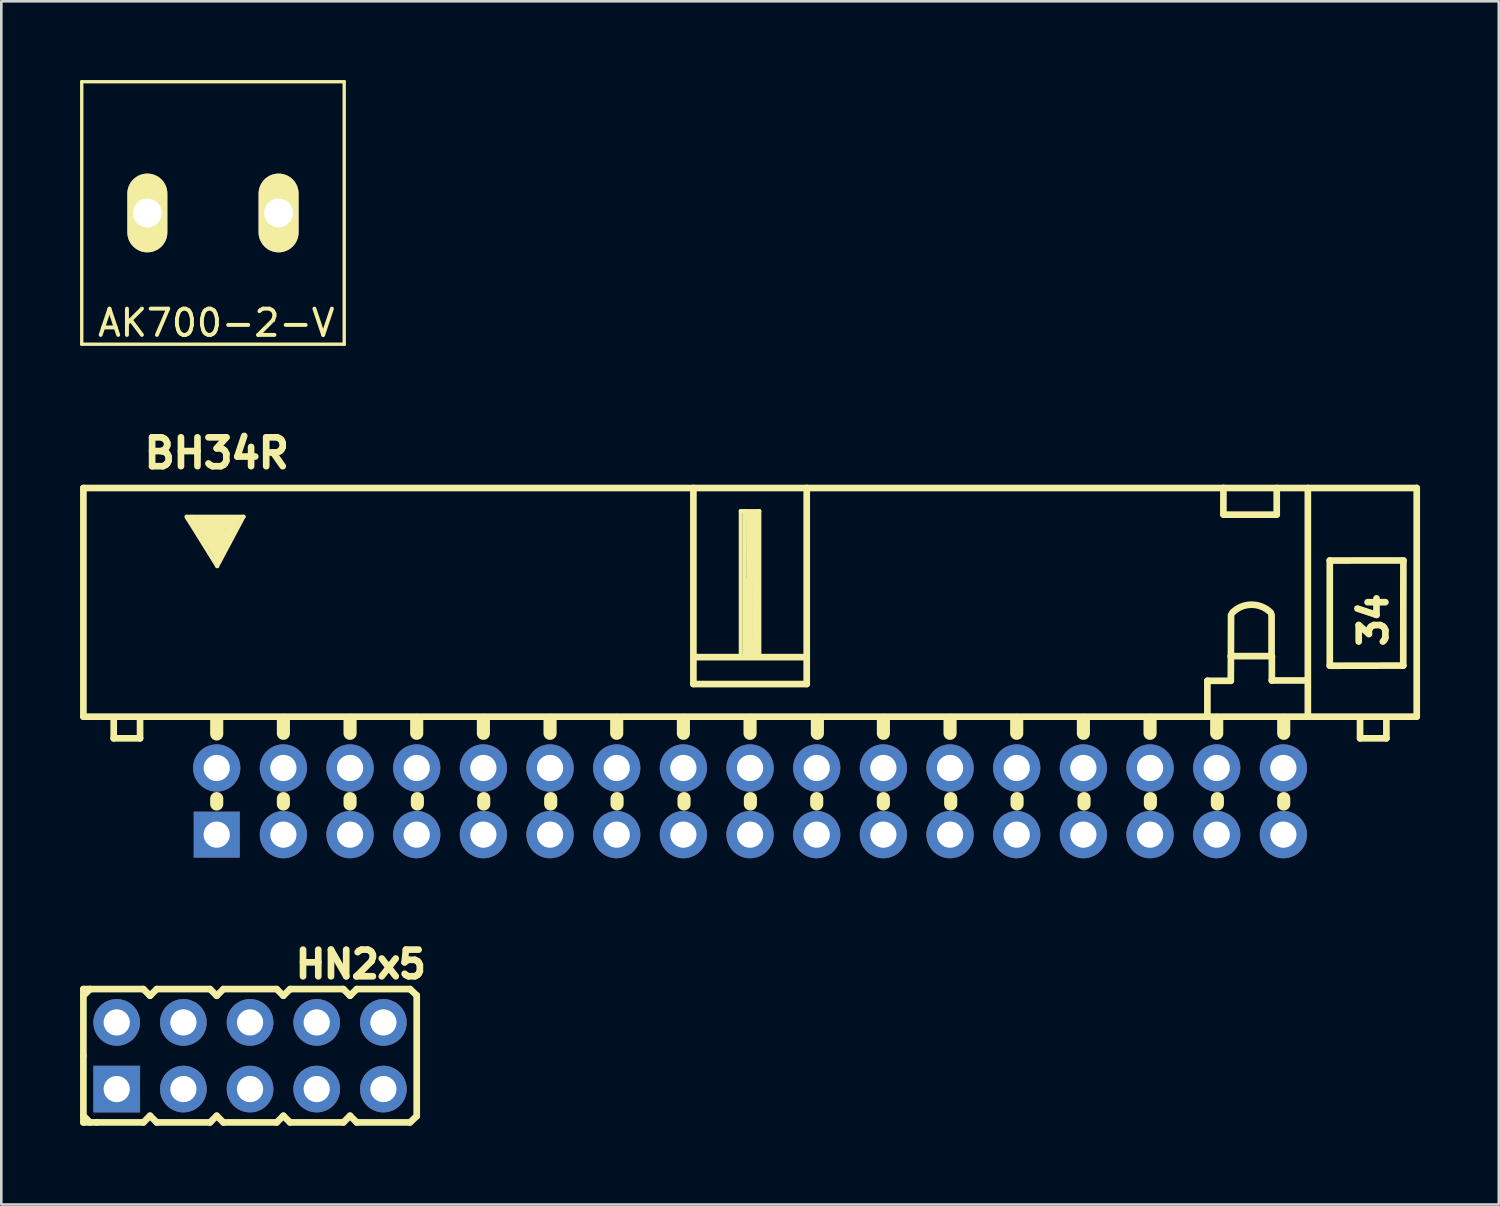
<source format=kicad_pcb>
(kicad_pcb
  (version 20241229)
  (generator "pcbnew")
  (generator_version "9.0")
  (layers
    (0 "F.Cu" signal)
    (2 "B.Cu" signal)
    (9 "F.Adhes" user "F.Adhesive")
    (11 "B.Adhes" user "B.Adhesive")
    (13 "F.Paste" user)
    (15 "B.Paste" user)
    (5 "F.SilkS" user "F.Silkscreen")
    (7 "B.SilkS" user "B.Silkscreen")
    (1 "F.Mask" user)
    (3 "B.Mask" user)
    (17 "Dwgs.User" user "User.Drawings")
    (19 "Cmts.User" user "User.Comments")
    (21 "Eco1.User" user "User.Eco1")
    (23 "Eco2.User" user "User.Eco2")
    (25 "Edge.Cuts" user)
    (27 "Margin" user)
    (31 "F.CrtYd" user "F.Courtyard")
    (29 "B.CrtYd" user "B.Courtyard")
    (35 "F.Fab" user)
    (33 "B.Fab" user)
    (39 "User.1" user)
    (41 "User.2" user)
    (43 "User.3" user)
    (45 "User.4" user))
  (footprint "AK700-2-V"
    (layer "F.Cu")
    (at 5.064 5.064)
    (property "Reference" "AK700-2-V" (at 0.127 4.191 0) (layer "F.SilkS") (effects (font (size 1 1) (thickness 0.15))))
    (attr smd)
    (fp_line (start -5 -5) (end 5 -5) (stroke (width 0.127) (type solid)) (layer "F.SilkS"))
    (fp_line (start -5 5) (end -5 -5) (stroke (width 0.127) (type solid)) (layer "F.SilkS"))
    (fp_line (start 5 -5) (end 5 5) (stroke (width 0.127) (type solid)) (layer "F.SilkS"))
    (fp_line (start 5 5) (end -5 5) (stroke (width 0.127) (type solid)) (layer "F.SilkS"))
    (pad "1" thru_hole oval (at -2.5 0 90) (size 3 1.524) (drill 1.1) (layers "*.Cu" "*.Mask" "F.SilkS"))
    (pad "2" thru_hole oval (at 2.5 0 90) (size 3 1.524) (drill 1.1) (layers "*.Cu" "*.Mask" "F.SilkS")))
  (footprint "HN2x5"
    (layer "F.Cu")
    (at 6.477 37.174)
    (property "Reference" "HN2x5" (at 4.22 -3.484 0) (layer "F.SilkS") (effects (font (size 1.016 1.016) (thickness 0.254))))
    (attr smd)
    (fp_line (start -6.35 -2.54) (end -6.35 0) (stroke (width 0.254) (type solid)) (layer "F.SilkS"))
    (fp_line (start -6.35 -2.54) (end -6.096 -2.54) (stroke (width 0.254) (type solid)) (layer "F.SilkS"))
    (fp_line (start -6.35 -2.286) (end -6.096 -2.54) (stroke (width 0.254) (type solid)) (layer "F.SilkS"))
    (fp_line (start -6.35 0) (end -6.35 2.54) (stroke (width 0.254) (type solid)) (layer "F.SilkS"))
    (fp_line (start -6.096 -2.54) (end -4.064 -2.54) (stroke (width 0.254) (type solid)) (layer "F.SilkS"))
    (fp_line (start -6.096 2.54) (end -6.35 2.286) (stroke (width 0.254) (type solid)) (layer "F.SilkS"))
    (fp_line (start -5.842 2.54) (end -6.35 2.54) (stroke (width 0.254) (type solid)) (layer "F.SilkS"))
    (fp_line (start -4.064 -2.54) (end -3.81 -2.286) (stroke (width 0.254) (type solid)) (layer "F.SilkS"))
    (fp_line (start -4.064 2.54) (end -5.842 2.54) (stroke (width 0.254) (type solid)) (layer "F.SilkS"))
    (fp_line (start -3.81 -2.286) (end -3.556 -2.54) (stroke (width 0.254) (type solid)) (layer "F.SilkS"))
    (fp_line (start -3.81 2.286) (end -4.064 2.54) (stroke (width 0.254) (type solid)) (layer "F.SilkS"))
    (fp_line (start -3.556 -2.54) (end -1.524 -2.54) (stroke (width 0.254) (type solid)) (layer "F.SilkS"))
    (fp_line (start -3.556 2.54) (end -3.81 2.286) (stroke (width 0.254) (type solid)) (layer "F.SilkS"))
    (fp_line (start -1.524 -2.54) (end -1.27 -2.286) (stroke (width 0.254) (type solid)) (layer "F.SilkS"))
    (fp_line (start -1.524 2.54) (end -3.556 2.54) (stroke (width 0.254) (type solid)) (layer "F.SilkS"))
    (fp_line (start -1.524 2.54) (end -1.27 2.286) (stroke (width 0.254) (type solid)) (layer "F.SilkS"))
    (fp_line (start -1.27 -2.286) (end -1.016 -2.54) (stroke (width 0.254) (type solid)) (layer "F.SilkS"))
    (fp_line (start -1.27 2.286) (end -1.016 2.54) (stroke (width 0.254) (type solid)) (layer "F.SilkS"))
    (fp_line (start -1.016 -2.54) (end 1.016 -2.54) (stroke (width 0.254) (type solid)) (layer "F.SilkS"))
    (fp_line (start 1.016 -2.54) (end 1.27 -2.286) (stroke (width 0.254) (type solid)) (layer "F.SilkS"))
    (fp_line (start 1.016 2.54) (end -1.016 2.54) (stroke (width 0.254) (type solid)) (layer "F.SilkS"))
    (fp_line (start 1.27 -2.286) (end 1.524 -2.54) (stroke (width 0.254) (type solid)) (layer "F.SilkS"))
    (fp_line (start 1.27 2.286) (end 1.016 2.54) (stroke (width 0.254) (type solid)) (layer "F.SilkS"))
    (fp_line (start 1.524 -2.54) (end 3.556 -2.54) (stroke (width 0.254) (type solid)) (layer "F.SilkS"))
    (fp_line (start 1.524 2.54) (end 1.27 2.286) (stroke (width 0.254) (type solid)) (layer "F.SilkS"))
    (fp_line (start 3.556 -2.54) (end 3.81 -2.286) (stroke (width 0.254) (type solid)) (layer "F.SilkS"))
    (fp_line (start 3.556 2.54) (end 1.524 2.54) (stroke (width 0.254) (type solid)) (layer "F.SilkS"))
    (fp_line (start 3.81 -2.286) (end 4.064 -2.54) (stroke (width 0.254) (type solid)) (layer "F.SilkS"))
    (fp_line (start 3.81 2.286) (end 3.556 2.54) (stroke (width 0.254) (type solid)) (layer "F.SilkS"))
    (fp_line (start 4.064 -2.54) (end 6.096 -2.54) (stroke (width 0.254) (type solid)) (layer "F.SilkS"))
    (fp_line (start 4.064 2.54) (end 3.81 2.286) (stroke (width 0.254) (type solid)) (layer "F.SilkS"))
    (fp_line (start 6.096 -2.54) (end 6.35 -2.3) (stroke (width 0.254) (type solid)) (layer "F.SilkS"))
    (fp_line (start 6.096 2.54) (end 4.064 2.54) (stroke (width 0.254) (type solid)) (layer "F.SilkS"))
    (fp_line (start 6.35 -2.3) (end 6.35 2.3) (stroke (width 0.254) (type solid)) (layer "F.SilkS"))
    (fp_line (start 6.35 2.3) (end 6.096 2.54) (stroke (width 0.254) (type solid)) (layer "F.SilkS"))
    (pad "1" thru_hole rect (at -5.08 1.27) (size 1.778 1.778) (drill 1) (layers "*.Cu" "*.Mask"))
    (pad "2" thru_hole circle (at -5.08 -1.27) (size 1.778 1.778) (drill 1) (layers "*.Cu" "*.Mask"))
    (pad "3" thru_hole circle (at -2.54 1.27) (size 1.778 1.778) (drill 1) (layers "*.Cu" "*.Mask"))
    (pad "4" thru_hole circle (at -2.54 -1.27) (size 1.778 1.778) (drill 1) (layers "*.Cu" "*.Mask"))
    (pad "5" thru_hole circle (at 0 1.27) (size 1.778 1.778) (drill 1) (layers "*.Cu" "*.Mask"))
    (pad "6" thru_hole circle (at 0 -1.27) (size 1.778 1.778) (drill 1) (layers "*.Cu" "*.Mask"))
    (pad "7" thru_hole circle (at 2.54 1.27) (size 1.778 1.778) (drill 1) (layers "*.Cu" "*.Mask"))
    (pad "8" thru_hole circle (at 2.54 -1.27) (size 1.778 1.778) (drill 1) (layers "*.Cu" "*.Mask"))
    (pad "9" thru_hole circle (at 5.08 1.27) (size 1.778 1.778) (drill 1) (layers "*.Cu" "*.Mask"))
    (pad "10" thru_hole circle (at 5.08 -1.27) (size 1.778 1.778) (drill 1) (layers "*.Cu" "*.Mask")))
  (footprint "BH34R"
    (layer "F.Cu")
    (at 25.527 27.48)
    (property "Reference" "BH34R" (at -20.32 -13.264 0) (layer "F.SilkS") (effects (font (size 1.1 1.1) (thickness 0.254))))
    (attr smd)
    (fp_line (start -25.4 -11.938) (end 25.4 -11.938) (stroke (width 0.254) (type solid)) (layer "F.SilkS"))
    (fp_line (start -25.4 -3.226) (end -25.4 -11.938) (stroke (width 0.254) (type solid)) (layer "F.SilkS"))
    (fp_line (start -25.4 -3.226) (end 25.4 -3.226) (stroke (width 0.254) (type solid)) (layer "F.SilkS"))
    (fp_line (start -24.244 -3.061) (end -24.244 -2.4) (stroke (width 0.254) (type solid)) (layer "F.SilkS"))
    (fp_line (start -24.244 -2.4) (end -23.241 -2.4) (stroke (width 0.254) (type solid)) (layer "F.SilkS"))
    (fp_line (start -23.241 -2.4) (end -23.241 -3.073) (stroke (width 0.254) (type solid)) (layer "F.SilkS"))
    (fp_line (start -21.43 -10.77) (end -21.476 -10.846) (stroke (width 0.15) (type solid)) (layer "F.SilkS"))
    (fp_line (start -21.293 -10.846) (end -19.296 -10.846) (stroke (width 0.15) (type solid)) (layer "F.SilkS"))
    (fp_line (start -21.278 -10.762) (end -20.302 -9.215) (stroke (width 0.15) (type solid)) (layer "F.SilkS"))
    (fp_line (start -21.257 -10.841) (end -21.45 -10.846) (stroke (width 0.15) (type solid)) (layer "F.SilkS"))
    (fp_line (start -21.148 -10.77) (end -20.317 -9.428) (stroke (width 0.15) (type solid)) (layer "F.SilkS"))
    (fp_line (start -21.018 -10.671) (end -20.317 -9.642) (stroke (width 0.15) (type solid)) (layer "F.SilkS"))
    (fp_line (start -20.805 -10.564) (end -20.279 -9.817) (stroke (width 0.15) (type solid)) (layer "F.SilkS"))
    (fp_line (start -20.577 -10.472) (end -20.287 -10.03) (stroke (width 0.15) (type solid)) (layer "F.SilkS"))
    (fp_line (start -20.559 -10.351) (end -20.881 -10.615) (stroke (width 0.15) (type solid)) (layer "F.SilkS"))
    (fp_line (start -20.424 -10.434) (end -20.249 -10.328) (stroke (width 0.15) (type solid)) (layer "F.SilkS"))
    (fp_line (start -20.356 -10.259) (end -20.348 -10.251) (stroke (width 0.15) (type solid)) (layer "F.SilkS"))
    (fp_line (start -20.32 -3.061) (end -20.32 -2.565) (stroke (width 0.5) (type solid)) (layer "F.SilkS"))
    (fp_line (start -20.32 -0.102) (end -20.32 0.102) (stroke (width 0.5) (type solid)) (layer "F.SilkS"))
    (fp_line (start -20.317 -9.642) (end -19.776 -10.617) (stroke (width 0.15) (type solid)) (layer "F.SilkS"))
    (fp_line (start -20.317 -9.428) (end -19.647 -10.686) (stroke (width 0.15) (type solid)) (layer "F.SilkS"))
    (fp_line (start -20.302 -9.215) (end -19.487 -10.762) (stroke (width 0.15) (type solid)) (layer "F.SilkS"))
    (fp_line (start -20.302 -8.956) (end -21.43 -10.77) (stroke (width 0.15) (type solid)) (layer "F.SilkS"))
    (fp_line (start -20.287 -10.03) (end -20.142 -10.48) (stroke (width 0.15) (type solid)) (layer "F.SilkS"))
    (fp_line (start -20.279 -9.817) (end -19.99 -10.556) (stroke (width 0.15) (type solid)) (layer "F.SilkS"))
    (fp_line (start -20.249 -10.328) (end -20.356 -10.259) (stroke (width 0.15) (type solid)) (layer "F.SilkS"))
    (fp_line (start -20.241 -9.406) (end -20.302 -9.108) (stroke (width 0.15) (type solid)) (layer "F.SilkS"))
    (fp_line (start -20.142 -10.48) (end -20.424 -10.434) (stroke (width 0.15) (type solid)) (layer "F.SilkS"))
    (fp_line (start -19.99 -10.556) (end -20.577 -10.472) (stroke (width 0.15) (type solid)) (layer "F.SilkS"))
    (fp_line (start -19.845 -10.668) (end -19.952 -10.472) (stroke (width 0.15) (type solid)) (layer "F.SilkS"))
    (fp_line (start -19.776 -10.617) (end -20.805 -10.564) (stroke (width 0.15) (type solid)) (layer "F.SilkS"))
    (fp_line (start -19.647 -10.686) (end -21.018 -10.671) (stroke (width 0.15) (type solid)) (layer "F.SilkS"))
    (fp_line (start -19.487 -10.762) (end -21.148 -10.77) (stroke (width 0.15) (type solid)) (layer "F.SilkS"))
    (fp_line (start -19.296 -10.846) (end -20.302 -8.956) (stroke (width 0.15) (type solid)) (layer "F.SilkS"))
    (fp_line (start -17.78 -3.086) (end -17.78 -2.591) (stroke (width 0.5) (type solid)) (layer "F.SilkS"))
    (fp_line (start -17.78 -0.102) (end -17.78 0.102) (stroke (width 0.5) (type solid)) (layer "F.SilkS"))
    (fp_line (start -15.24 -3.086) (end -15.24 -2.591) (stroke (width 0.5) (type solid)) (layer "F.SilkS"))
    (fp_line (start -15.24 -0.102) (end -15.24 0.102) (stroke (width 0.5) (type solid)) (layer "F.SilkS"))
    (fp_line (start -12.7 -3.086) (end -12.7 -2.591) (stroke (width 0.5) (type solid)) (layer "F.SilkS"))
    (fp_line (start -12.675 -0.102) (end -12.675 0.102) (stroke (width 0.5) (type solid)) (layer "F.SilkS"))
    (fp_line (start -10.16 -3.086) (end -10.16 -2.591) (stroke (width 0.5) (type solid)) (layer "F.SilkS"))
    (fp_line (start -10.147 -0.102) (end -10.147 0.102) (stroke (width 0.5) (type solid)) (layer "F.SilkS"))
    (fp_line (start -7.62 -3.086) (end -7.62 -2.591) (stroke (width 0.5) (type solid)) (layer "F.SilkS"))
    (fp_line (start -7.595 -0.102) (end -7.595 0.102) (stroke (width 0.5) (type solid)) (layer "F.SilkS"))
    (fp_line (start -5.08 -3.086) (end -5.08 -2.591) (stroke (width 0.5) (type solid)) (layer "F.SilkS"))
    (fp_line (start -5.067 -0.102) (end -5.067 0.102) (stroke (width 0.5) (type solid)) (layer "F.SilkS"))
    (fp_line (start -2.54 -3.086) (end -2.54 -2.591) (stroke (width 0.5) (type solid)) (layer "F.SilkS"))
    (fp_line (start -2.515 -0.102) (end -2.515 0.102) (stroke (width 0.5) (type solid)) (layer "F.SilkS"))
    (fp_line (start -2.159 -4.47) (end -2.159 -11.938) (stroke (width 0.254) (type solid)) (layer "F.SilkS"))
    (fp_line (start -2.141 -5.494) (end 2.159 -5.494) (stroke (width 0.254) (type solid)) (layer "F.SilkS"))
    (fp_line (start -0.356 -11.059) (end 0.356 -11.059) (stroke (width 0.15) (type solid)) (layer "F.SilkS"))
    (fp_line (start -0.356 -5.502) (end -0.356 -11.059) (stroke (width 0.15) (type solid)) (layer "F.SilkS"))
    (fp_line (start -0.216 -11.059) (end -0.216 -5.588) (stroke (width 0.15) (type solid)) (layer "F.SilkS"))
    (fp_line (start -0.137 -5.596) (end 0.254 -5.598) (stroke (width 0.15) (type solid)) (layer "F.SilkS"))
    (fp_line (start -0.124 -6.37) (end -0.137 -5.596) (stroke (width 0.15) (type solid)) (layer "F.SilkS"))
    (fp_line (start -0.112 -8.415) (end -0.14 -6.18) (stroke (width 0.15) (type solid)) (layer "F.SilkS"))
    (fp_line (start -0.079 -11.013) (end -0.064 -5.634) (stroke (width 0.15) (type solid)) (layer "F.SilkS"))
    (fp_line (start 0 -3.086) (end 0 -2.591) (stroke (width 0.5) (type solid)) (layer "F.SilkS"))
    (fp_line (start 0.013 -0.102) (end 0.013 0.102) (stroke (width 0.5) (type solid)) (layer "F.SilkS"))
    (fp_line (start 0.043 -11.013) (end 0.028 -5.618) (stroke (width 0.15) (type solid)) (layer "F.SilkS"))
    (fp_line (start 0.165 -11.013) (end 0.15 -5.649) (stroke (width 0.15) (type solid)) (layer "F.SilkS"))
    (fp_line (start 0.287 -11.029) (end 0.241 -5.649) (stroke (width 0.15) (type solid)) (layer "F.SilkS"))
    (fp_line (start 0.356 -11.059) (end 0.356 -5.512) (stroke (width 0.15) (type solid)) (layer "F.SilkS"))
    (fp_line (start 2.159 -4.47) (end 2.159 -11.938) (stroke (width 0.254) (type solid)) (layer "F.SilkS"))
    (fp_line (start 2.159 -4.468) (end -2.159 -4.468) (stroke (width 0.254) (type solid)) (layer "F.SilkS"))
    (fp_line (start 2.54 -0.102) (end 2.54 0.102) (stroke (width 0.5) (type solid)) (layer "F.SilkS"))
    (fp_line (start 2.565 -3.086) (end 2.565 -2.591) (stroke (width 0.5) (type solid)) (layer "F.SilkS"))
    (fp_line (start 5.08 -3.086) (end 5.08 -2.591) (stroke (width 0.5) (type solid)) (layer "F.SilkS"))
    (fp_line (start 5.08 -0.102) (end 5.08 0.102) (stroke (width 0.5) (type solid)) (layer "F.SilkS"))
    (fp_line (start 7.62 -3.086) (end 7.62 -2.591) (stroke (width 0.5) (type solid)) (layer "F.SilkS"))
    (fp_line (start 7.645 -0.102) (end 7.645 0.102) (stroke (width 0.5) (type solid)) (layer "F.SilkS"))
    (fp_line (start 10.16 -3.086) (end 10.16 -2.591) (stroke (width 0.5) (type solid)) (layer "F.SilkS"))
    (fp_line (start 10.173 -0.102) (end 10.173 0.102) (stroke (width 0.5) (type solid)) (layer "F.SilkS"))
    (fp_line (start 12.7 -3.086) (end 12.7 -2.591) (stroke (width 0.5) (type solid)) (layer "F.SilkS"))
    (fp_line (start 12.725 -0.102) (end 12.725 0.102) (stroke (width 0.5) (type solid)) (layer "F.SilkS"))
    (fp_line (start 15.24 -3.086) (end 15.24 -2.591) (stroke (width 0.5) (type solid)) (layer "F.SilkS"))
    (fp_line (start 15.253 -0.102) (end 15.253 0.102) (stroke (width 0.5) (type solid)) (layer "F.SilkS"))
    (fp_line (start 17.424 -4.592) (end 17.424 -3.259) (stroke (width 0.254) (type solid)) (layer "F.SilkS"))
    (fp_line (start 17.424 -4.592) (end 18.316 -4.592) (stroke (width 0.254) (type solid)) (layer "F.SilkS"))
    (fp_line (start 17.78 -3.086) (end 17.78 -2.591) (stroke (width 0.5) (type solid)) (layer "F.SilkS"))
    (fp_line (start 17.805 -0.102) (end 17.805 0.102) (stroke (width 0.5) (type solid)) (layer "F.SilkS"))
    (fp_line (start 18.034 -11.938) (end 18.034 -10.937) (stroke (width 0.254) (type solid)) (layer "F.SilkS"))
    (fp_line (start 18.034 -10.922) (end 20.066 -10.922) (stroke (width 0.254) (type solid)) (layer "F.SilkS"))
    (fp_line (start 18.316 -4.592) (end 18.321 -5.532) (stroke (width 0.254) (type solid)) (layer "F.SilkS"))
    (fp_line (start 18.321 -5.532) (end 19.881 -5.532) (stroke (width 0.254) (type solid)) (layer "F.SilkS"))
    (fp_line (start 18.321 -5.507) (end 18.326 -7.102) (stroke (width 0.254) (type solid)) (layer "F.SilkS"))
    (fp_line (start 19.87 -5.527) (end 19.87 -7.102) (stroke (width 0.254) (type solid)) (layer "F.SilkS"))
    (fp_line (start 19.881 -5.532) (end 19.881 -4.602) (stroke (width 0.254) (type solid)) (layer "F.SilkS"))
    (fp_line (start 20.066 -10.927) (end 20.066 -11.938) (stroke (width 0.254) (type solid)) (layer "F.SilkS"))
    (fp_line (start 20.333 -3.086) (end 20.333 -2.591) (stroke (width 0.5) (type solid)) (layer "F.SilkS"))
    (fp_line (start 20.333 -0.102) (end 20.333 0.102) (stroke (width 0.5) (type solid)) (layer "F.SilkS"))
    (fp_line (start 21.234 -4.605) (end 19.878 -4.605) (stroke (width 0.254) (type solid)) (layer "F.SilkS"))
    (fp_line (start 21.252 -11.938) (end 21.252 -3.226) (stroke (width 0.254) (type solid)) (layer "F.SilkS"))
    (fp_line (start 22.088 -9.174) (end 22.088 -5.169) (stroke (width 0.254) (type solid)) (layer "F.SilkS"))
    (fp_line (start 22.088 -5.166) (end 24.887 -5.171) (stroke (width 0.254) (type solid)) (layer "F.SilkS"))
    (fp_line (start 23.241 -3.073) (end 23.241 -2.4) (stroke (width 0.254) (type solid)) (layer "F.SilkS"))
    (fp_line (start 23.241 -2.4) (end 24.244 -2.4) (stroke (width 0.254) (type solid)) (layer "F.SilkS"))
    (fp_line (start 24.244 -2.4) (end 24.244 -3.073) (stroke (width 0.254) (type solid)) (layer "F.SilkS"))
    (fp_line (start 24.887 -5.171) (end 24.892 -9.177) (stroke (width 0.254) (type solid)) (layer "F.SilkS"))
    (fp_line (start 24.892 -9.177) (end 22.088 -9.174) (stroke (width 0.254) (type solid)) (layer "F.SilkS"))
    (fp_line (start 25.4 -3.226) (end 25.4 -11.938) (stroke (width 0.254) (type solid)) (layer "F.SilkS"))
    (fp_arc (start 18.3769 -7.1882) (mid 19.10842 -7.491206) (end 19.83994 -7.1882) (stroke (width 0.254) (type solid)) (layer "F.SilkS"))
    (fp_text user "34" (at 23.749 -6.909 90) (layer "F.SilkS") (effects (font (size 1.016 1.016) (thickness 0.254))))
    (pad "1" thru_hole rect (at -20.32 1.27) (size 1.75 1.75) (drill 1) (layers "*.Cu" "*.Mask"))
    (pad "2" thru_hole circle (at -20.32 -1.27) (size 1.8 1.8) (drill 1) (layers "*.Cu" "*.Mask"))
    (pad "3" thru_hole circle (at -17.78 1.27) (size 1.8 1.8) (drill 1) (layers "*.Cu" "*.Mask"))
    (pad "4" thru_hole circle (at -17.78 -1.27) (size 1.8 1.8) (drill 1) (layers "*.Cu" "*.Mask"))
    (pad "5" thru_hole circle (at -15.24 1.27) (size 1.8 1.8) (drill 1) (layers "*.Cu" "*.Mask"))
    (pad "6" thru_hole circle (at -15.24 -1.27) (size 1.8 1.8) (drill 1) (layers "*.Cu" "*.Mask"))
    (pad "7" thru_hole circle (at -12.7 1.27) (size 1.8 1.8) (drill 1) (layers "*.Cu" "*.Mask"))
    (pad "8" thru_hole circle (at -12.7 -1.27) (size 1.8 1.8) (drill 1) (layers "*.Cu" "*.Mask"))
    (pad "9" thru_hole circle (at -10.16 1.27) (size 1.8 1.8) (drill 1) (layers "*.Cu" "*.Mask"))
    (pad "10" thru_hole circle (at -10.16 -1.27) (size 1.8 1.8) (drill 1) (layers "*.Cu" "*.Mask"))
    (pad "11" thru_hole circle (at -7.62 1.27) (size 1.8 1.8) (drill 1) (layers "*.Cu" "*.Mask"))
    (pad "12" thru_hole circle (at -7.62 -1.27) (size 1.8 1.8) (drill 1) (layers "*.Cu" "*.Mask"))
    (pad "13" thru_hole circle (at -5.08 1.27) (size 1.8 1.8) (drill 1) (layers "*.Cu" "*.Mask"))
    (pad "14" thru_hole circle (at -5.08 -1.27) (size 1.8 1.8) (drill 1) (layers "*.Cu" "*.Mask"))
    (pad "15" thru_hole circle (at -2.54 1.27) (size 1.8 1.8) (drill 1) (layers "*.Cu" "*.Mask"))
    (pad "16" thru_hole circle (at -2.54 -1.27) (size 1.8 1.8) (drill 1) (layers "*.Cu" "*.Mask"))
    (pad "17" thru_hole circle (at 0 1.27) (size 1.8 1.8) (drill 1) (layers "*.Cu" "*.Mask"))
    (pad "18" thru_hole circle (at 0 -1.27) (size 1.8 1.8) (drill 1) (layers "*.Cu" "*.Mask"))
    (pad "19" thru_hole circle (at 2.54 1.27) (size 1.8 1.8) (drill 1) (layers "*.Cu" "*.Mask"))
    (pad "20" thru_hole circle (at 2.54 -1.27) (size 1.8 1.8) (drill 1) (layers "*.Cu" "*.Mask"))
    (pad "21" thru_hole circle (at 5.08 1.27) (size 1.8 1.8) (drill 1) (layers "*.Cu" "*.Mask"))
    (pad "22" thru_hole circle (at 5.08 -1.27) (size 1.8 1.8) (drill 1) (layers "*.Cu" "*.Mask"))
    (pad "23" thru_hole circle (at 7.62 1.27) (size 1.8 1.8) (drill 1) (layers "*.Cu" "*.Mask"))
    (pad "24" thru_hole circle (at 7.62 -1.27) (size 1.8 1.8) (drill 1) (layers "*.Cu" "*.Mask"))
    (pad "25" thru_hole circle (at 10.16 1.27) (size 1.8 1.8) (drill 1) (layers "*.Cu" "*.Mask"))
    (pad "26" thru_hole circle (at 10.16 -1.27) (size 1.8 1.8) (drill 1) (layers "*.Cu" "*.Mask"))
    (pad "27" thru_hole circle (at 12.7 1.27) (size 1.8 1.8) (drill 1) (layers "*.Cu" "*.Mask"))
    (pad "28" thru_hole circle (at 12.7 -1.27) (size 1.8 1.8) (drill 1) (layers "*.Cu" "*.Mask"))
    (pad "29" thru_hole circle (at 15.24 1.27) (size 1.8 1.8) (drill 1) (layers "*.Cu" "*.Mask"))
    (pad "30" thru_hole circle (at 15.24 -1.27) (size 1.8 1.8) (drill 1) (layers "*.Cu" "*.Mask"))
    (pad "31" thru_hole circle (at 17.78 1.27) (size 1.8 1.8) (drill 1) (layers "*.Cu" "*.Mask"))
    (pad "32" thru_hole circle (at 17.78 -1.27) (size 1.8 1.8) (drill 1) (layers "*.Cu" "*.Mask"))
    (pad "33" thru_hole circle (at 20.32 1.27) (size 1.8 1.8) (drill 1) (layers "*.Cu" "*.Mask"))
    (pad "34" thru_hole circle (at 20.32 -1.27) (size 1.8 1.8) (drill 1) (layers "*.Cu" "*.Mask")))
  (gr_rect
    (start -3 -3)
    (end 54.054 42.841)
    (stroke (width 0.1) (type default))
    (fill no)
    (layer "Edge.Cuts")))
</source>
